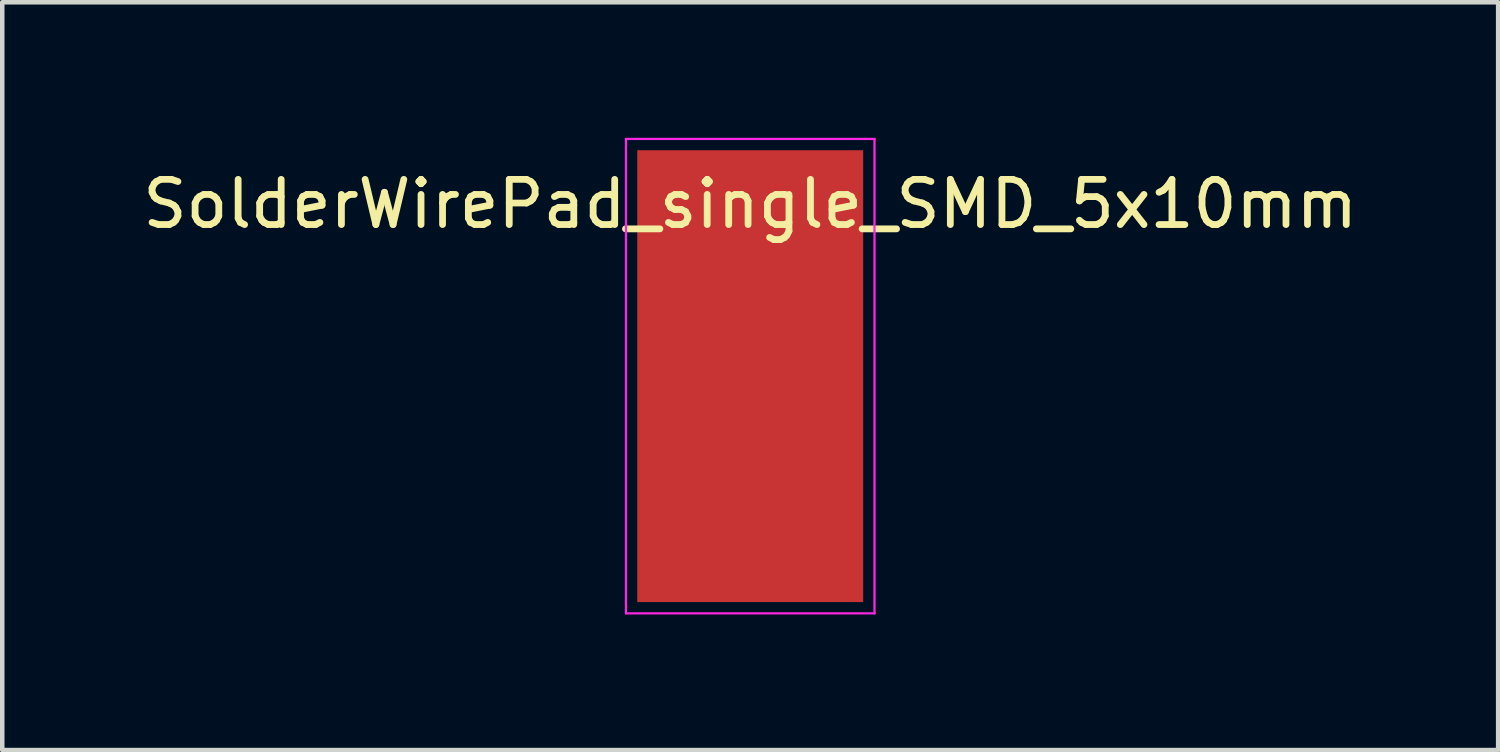
<source format=kicad_pcb>
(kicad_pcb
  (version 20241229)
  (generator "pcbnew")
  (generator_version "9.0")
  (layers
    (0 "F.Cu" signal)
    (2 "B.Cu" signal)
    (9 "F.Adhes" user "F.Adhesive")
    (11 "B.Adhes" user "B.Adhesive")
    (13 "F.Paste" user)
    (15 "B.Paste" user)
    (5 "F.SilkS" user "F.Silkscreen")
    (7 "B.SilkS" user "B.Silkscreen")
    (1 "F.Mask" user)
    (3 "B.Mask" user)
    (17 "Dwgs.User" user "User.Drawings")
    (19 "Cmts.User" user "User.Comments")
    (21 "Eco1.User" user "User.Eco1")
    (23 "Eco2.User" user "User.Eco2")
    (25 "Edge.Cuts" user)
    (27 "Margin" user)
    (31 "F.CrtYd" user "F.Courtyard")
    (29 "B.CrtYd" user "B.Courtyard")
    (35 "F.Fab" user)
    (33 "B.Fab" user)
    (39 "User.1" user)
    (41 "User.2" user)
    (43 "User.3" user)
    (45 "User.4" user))
  (footprint "SolderWirePad_single_SMD_5x10mm"
    (layer "F.Cu")
    (at 13.554 5.275)
    (property "Reference" "SolderWirePad_single_SMD_5x10mm" (at 0 -3.81 0) (layer "F.SilkS") (effects (font (size 1 1) (thickness 0.15))))
    (attr smd)
    (fp_line (start -2.75 -5.25) (end -2.75 5.25) (stroke (width 0.05) (type solid)) (layer "F.CrtYd"))
    (fp_line (start -2.75 5.25) (end 2.75 5.25) (stroke (width 0.05) (type solid)) (layer "F.CrtYd"))
    (fp_line (start 2.75 -5.25) (end -2.75 -5.25) (stroke (width 0.05) (type solid)) (layer "F.CrtYd"))
    (fp_line (start 2.75 5.25) (end 2.75 -5.25) (stroke (width 0.05) (type solid)) (layer "F.CrtYd"))
    (pad "1" smd rect (at 0 0) (size 5 10) (layers "F.Cu" "F.Mask" "F.Paste")))
  (gr_rect
    (start -3 -3)
    (end 30.107 13.55)
    (stroke (width 0.1) (type default))
    (fill no)
    (layer "Edge.Cuts")))
</source>
